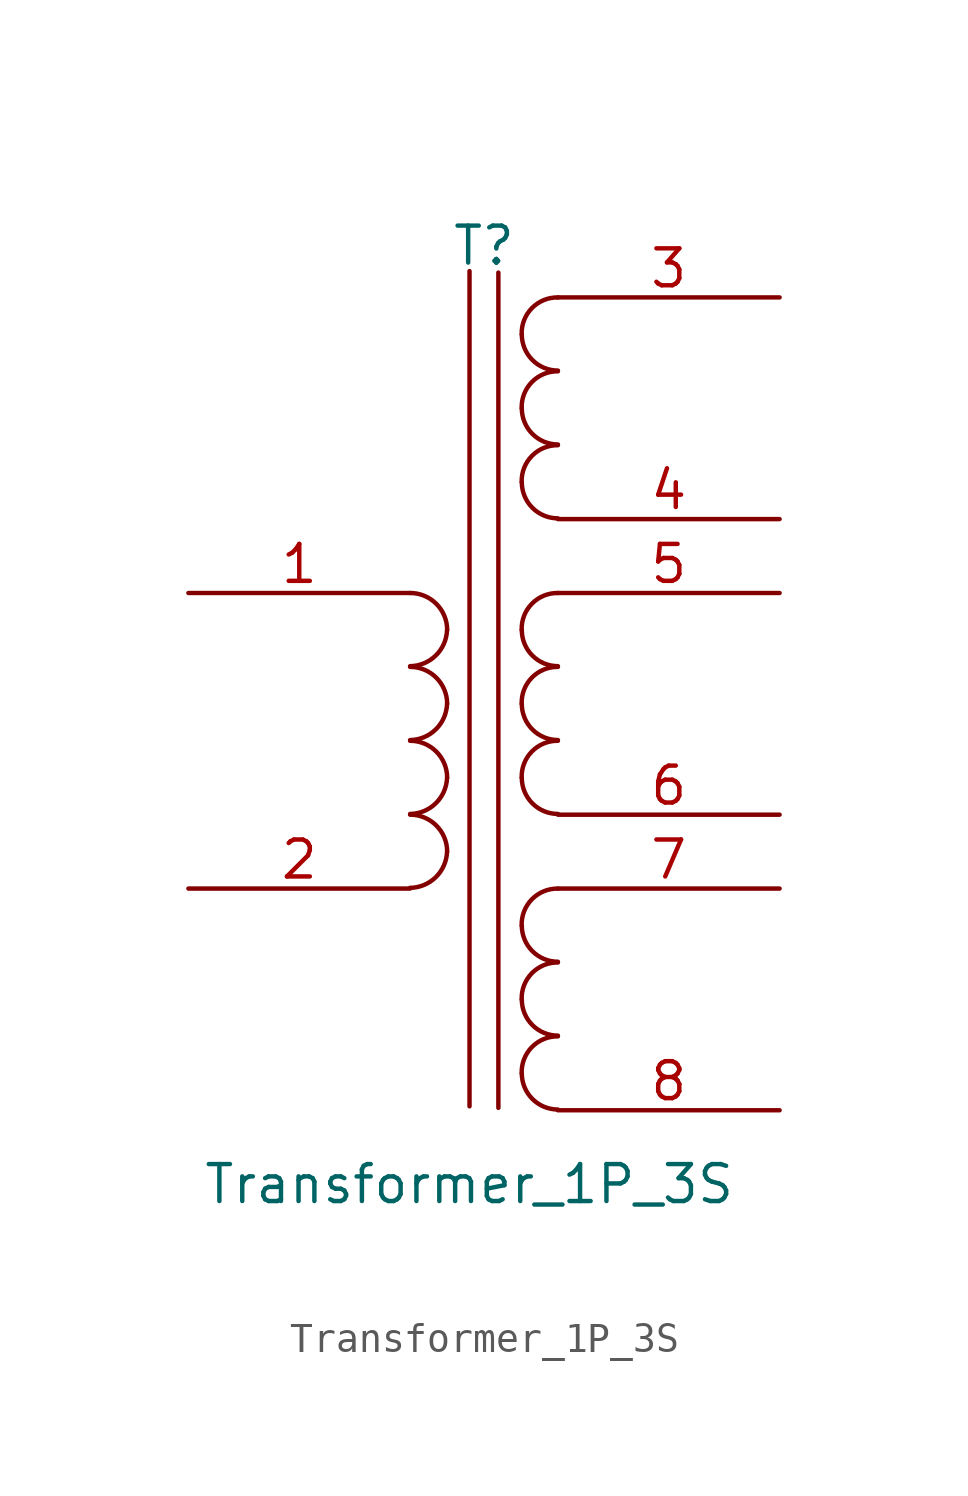
<source format=kicad_sym>
(kicad_symbol_lib
  (version 20241209)
  (generator "kicad_symbol_editor")
  (generator_version "9.0")
  (symbol "Transformer_1P_3S"
    (pin_names
      (offset 1.016)
      (hide yes))
    (property "Reference" "T"
      (at 0 17.018 0)
      (effects (font (size 1.27 1.27))))
    (property "Value" "Transformer_1P_3S"
      (at -0.508 -15.24 0)
      (effects (font (size 1.27 1.27))))
    (symbol "Transformer_1P_3S_0_1"
      (arc (start -1.27 3.81) (mid -1.656 2.9336) (end -2.54 2.5654) (stroke (width 0) (type default)) (fill (type none)))
      (arc (start -1.27 1.27) (mid -1.656 0.3936) (end -2.54 0.0254) (stroke (width 0) (type default)) (fill (type none)))
      (arc (start -1.27 -1.27) (mid -1.656 -2.1464) (end -2.54 -2.5146) (stroke (width 0) (type default)) (fill (type none)))
      (arc (start -1.27 -3.81) (mid -1.656 -4.6864) (end -2.54 -5.0546) (stroke (width 0) (type default)) (fill (type none)))
      (arc (start -2.54 5.08) (mid -1.642 4.708) (end -1.27 3.81) (stroke (width 0) (type default)) (fill (type none)))
      (arc (start -2.54 2.54) (mid -1.642 2.168) (end -1.27 1.27) (stroke (width 0) (type default)) (fill (type none)))
      (arc (start -2.54 0) (mid -1.642 -0.372) (end -1.27 -1.27) (stroke (width 0) (type default)) (fill (type none)))
      (arc (start -2.54 -2.54) (mid -1.642 -2.912) (end -1.27 -3.81) (stroke (width 0) (type default)) (fill (type none)))
      (polyline (pts (xy -0.498 -12.564) (xy -0.498 16.144)) (stroke (width 0) (type default)) (fill (type none)))
      (polyline (pts (xy 0.494 16.092) (xy 0.494 -12.616)) (stroke (width 0) (type default)) (fill (type none)))
      (arc (start 1.2954 13.97) (mid 1.6457 14.8717) (end 2.54 15.24) (stroke (width 0) (type default)) (fill (type none)))
      (arc (start 1.2954 11.43) (mid 1.6457 12.3317) (end 2.54 12.7) (stroke (width 0) (type default)) (fill (type none)))
      (arc (start 1.2954 8.89) (mid 1.6457 9.7917) (end 2.54 10.16) (stroke (width 0) (type default)) (fill (type none)))
      (arc (start 1.2954 3.81) (mid 1.6457 4.7117) (end 2.54 5.08) (stroke (width 0) (type default)) (fill (type none)))
      (arc (start 1.2954 1.27) (mid 1.6457 2.1717) (end 2.54 2.54) (stroke (width 0) (type default)) (fill (type none)))
      (arc (start 1.2954 -1.27) (mid 1.6457 -0.3683) (end 2.54 0) (stroke (width 0) (type default)) (fill (type none)))
      (arc (start 1.2954 -6.35) (mid 1.6457 -5.4483) (end 2.54 -5.08) (stroke (width 0) (type default)) (fill (type none)))
      (arc (start 1.2954 -8.89) (mid 1.6457 -7.9883) (end 2.54 -7.62) (stroke (width 0) (type default)) (fill (type none)))
      (arc (start 1.2954 -11.43) (mid 1.6457 -10.5283) (end 2.54 -10.16) (stroke (width 0) (type default)) (fill (type none)))
      (arc (start 2.54 12.7254) (mid 1.6599 13.0899) (end 1.2954 13.97) (stroke (width 0) (type default)) (fill (type none)))
      (arc (start 2.54 10.1854) (mid 1.6599 10.5499) (end 1.2954 11.43) (stroke (width 0) (type default)) (fill (type none)))
      (arc (start 2.54 7.6454) (mid 1.6599 8.0099) (end 1.2954 8.89) (stroke (width 0) (type default)) (fill (type none)))
      (arc (start 2.54 2.5654) (mid 1.6599 2.9299) (end 1.2954 3.81) (stroke (width 0) (type default)) (fill (type none)))
      (arc (start 2.54 0.0254) (mid 1.6599 0.3899) (end 1.2954 1.27) (stroke (width 0) (type default)) (fill (type none)))
      (arc (start 2.54 -2.5146) (mid 1.6599 -2.1501) (end 1.2954 -1.27) (stroke (width 0) (type default)) (fill (type none)))
      (arc (start 2.54 -7.5946) (mid 1.6599 -7.2301) (end 1.2954 -6.35) (stroke (width 0) (type default)) (fill (type none)))
      (arc (start 2.54 -10.1346) (mid 1.6599 -9.7701) (end 1.2954 -8.89) (stroke (width 0) (type default)) (fill (type none)))
      (arc (start 2.54 -12.6746) (mid 1.6599 -12.3101) (end 1.2954 -11.43) (stroke (width 0) (type default)) (fill (type none))))
    (symbol "Transformer_1P_3S_1_1"
      (pin passive line (at -10.16 5.08 0) (length 7.62) (name "AA" (effects (font (size 1.27 1.27)))) (number "1" (effects (font (size 1.27 1.27)))))
      (pin passive line (at -10.16 -5.08 0) (length 7.62) (name "AB" (effects (font (size 1.27 1.27)))) (number "2" (effects (font (size 1.27 1.27)))))
      (pin passive line (at 10.16 15.24 180) (length 7.62) (name "SA" (effects (font (size 1.27 1.27)))) (number "3" (effects (font (size 1.27 1.27)))))
      (pin passive line (at 10.16 7.62 180) (length 7.62) (name "SB" (effects (font (size 1.27 1.27)))) (number "4" (effects (font (size 1.27 1.27)))))
      (pin passive line (at 10.16 5.08 180) (length 7.62) (name "SC" (effects (font (size 1.27 1.27)))) (number "5" (effects (font (size 1.27 1.27)))))
      (pin passive line (at 10.16 -2.54 180) (length 7.62) (name "SD" (effects (font (size 1.27 1.27)))) (number "6" (effects (font (size 1.27 1.27)))))
      (pin passive line (at 10.16 -5.08 180) (length 7.62) (name "SC" (effects (font (size 1.27 1.27)))) (number "7" (effects (font (size 1.27 1.27)))))
      (pin passive line (at 10.16 -12.7 180) (length 7.62) (name "SD" (effects (font (size 1.27 1.27)))) (number "8" (effects (font (size 1.27 1.27))))))))
</source>
